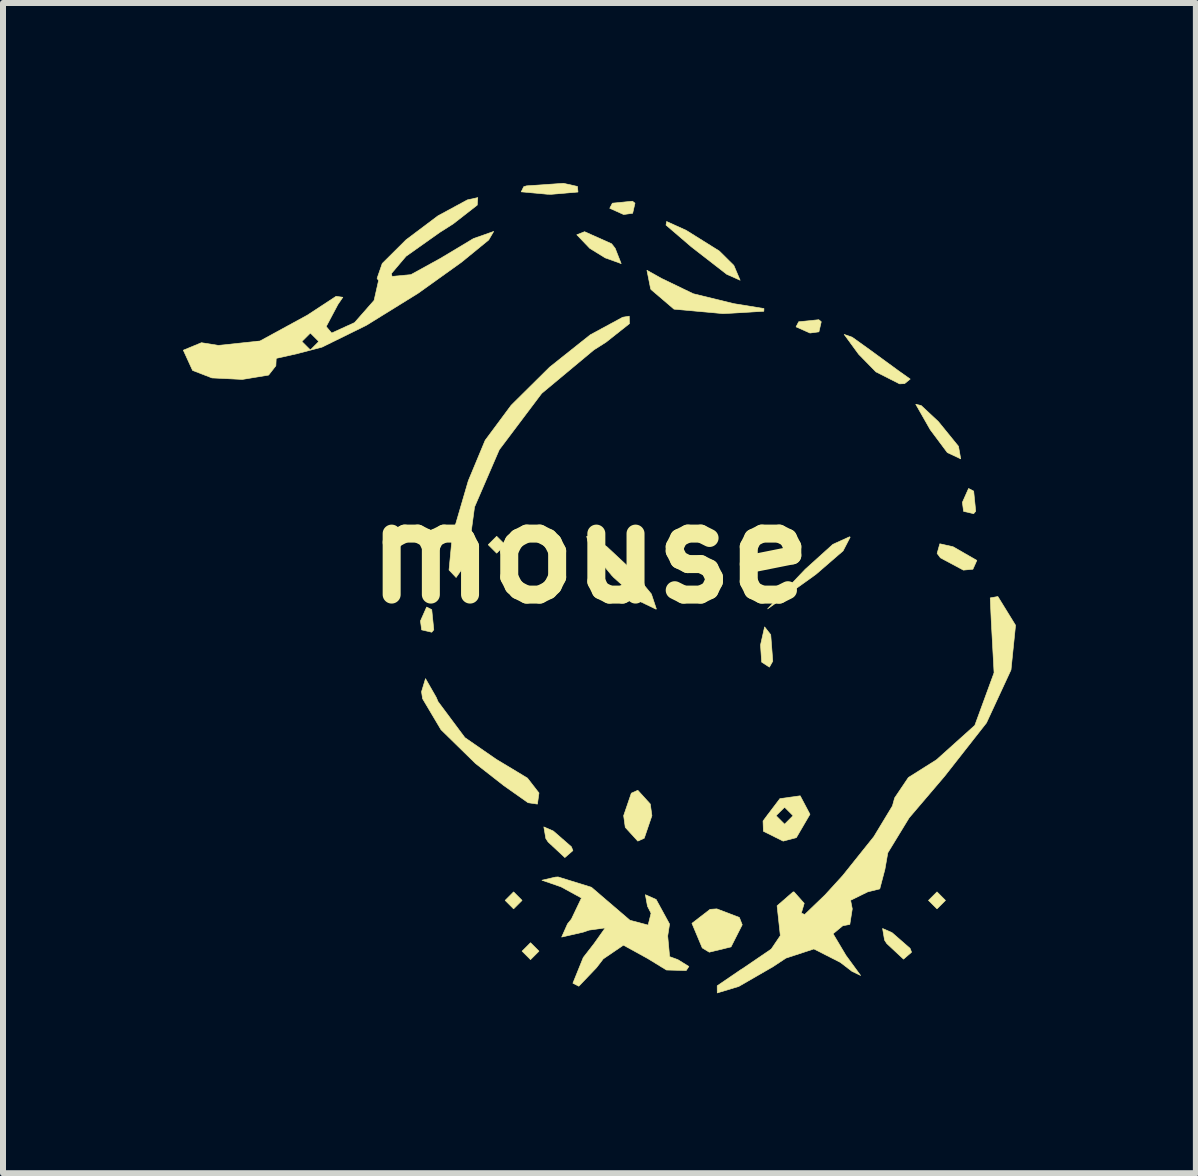
<source format=kicad_pcb>
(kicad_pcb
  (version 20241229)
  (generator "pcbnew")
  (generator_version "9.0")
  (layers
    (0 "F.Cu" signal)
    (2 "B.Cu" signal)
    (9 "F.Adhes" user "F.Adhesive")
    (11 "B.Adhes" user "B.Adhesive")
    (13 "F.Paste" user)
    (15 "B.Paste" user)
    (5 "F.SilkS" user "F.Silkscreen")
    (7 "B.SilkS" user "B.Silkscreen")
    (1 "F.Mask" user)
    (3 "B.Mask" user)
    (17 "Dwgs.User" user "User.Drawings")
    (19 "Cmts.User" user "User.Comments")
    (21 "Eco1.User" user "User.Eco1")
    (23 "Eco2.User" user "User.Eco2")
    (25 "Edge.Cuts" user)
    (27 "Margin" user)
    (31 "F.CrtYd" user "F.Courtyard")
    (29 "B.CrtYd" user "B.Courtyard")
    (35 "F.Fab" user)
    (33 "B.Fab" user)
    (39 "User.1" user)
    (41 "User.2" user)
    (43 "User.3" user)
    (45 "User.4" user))
  (footprint "mouse"
    (layer "F.Cu")
    (at 6.779 6.169)
    (property "Reference" "mouse" (at 0 0 0) (layer "F.SilkS") (effects (font (size 1.524 1.524) (thickness 0.3))))
    (attr through_hole)
    (fp_poly (pts (xy -1.411 -0.141) (xy -1.552 0) (xy -1.693 -0.141) (xy -1.552 -0.282) (xy -1.411 -0.141)) (stroke (width 0.01) (type solid)) (fill yes) (layer "F.SilkS"))
    (fp_poly (pts (xy -1.129 5.786) (xy -1.27 5.927) (xy -1.411 5.786) (xy -1.27 5.644) (xy -1.129 5.786)) (stroke (width 0.01) (type solid)) (fill yes) (layer "F.SilkS"))
    (fp_poly (pts (xy -0.847 6.632) (xy -0.988 6.773) (xy -1.129 6.632) (xy -0.988 6.491) (xy -0.847 6.632)) (stroke (width 0.01) (type solid)) (fill yes) (layer "F.SilkS"))
    (fp_poly (pts (xy 5.927 5.786) (xy 5.786 5.927) (xy 5.644 5.786) (xy 5.786 5.644) (xy 5.927 5.786)) (stroke (width 0.01) (type solid)) (fill yes) (layer "F.SilkS"))
    (fp_poly (pts (xy -2.634 0.941) (xy -2.6 1.276) (xy -2.634 1.317) (xy -2.802 1.278) (xy -2.822 1.129) (xy -2.719 0.897) (xy -2.634 0.941)) (stroke (width 0.01) (type solid)) (fill yes) (layer "F.SilkS"))
    (fp_poly (pts (xy 0.753 -5.833) (xy 0.714 -5.665) (xy 0.564 -5.644) (xy 0.332 -5.748) (xy 0.376 -5.833) (xy 0.711 -5.866) (xy 0.753 -5.833)) (stroke (width 0.01) (type solid)) (fill yes) (layer "F.SilkS"))
    (fp_poly (pts (xy 3.015 1.358) (xy 3.049 1.799) (xy 2.993 1.899) (xy 2.864 1.815) (xy 2.845 1.529) (xy 2.913 1.228) (xy 3.015 1.358)) (stroke (width 0.01) (type solid)) (fill yes) (layer "F.SilkS"))
    (fp_poly (pts (xy 3.857 -3.857) (xy 3.818 -3.689) (xy 3.669 -3.669) (xy 3.437 -3.772) (xy 3.481 -3.857) (xy 3.816 -3.891) (xy 3.857 -3.857)) (stroke (width 0.01) (type solid)) (fill yes) (layer "F.SilkS"))
    (fp_poly (pts (xy 6.397 -1.035) (xy 6.431 -0.7) (xy 6.397 -0.659) (xy 6.229 -0.697) (xy 6.209 -0.847) (xy 6.312 -1.079) (xy 6.397 -1.035)) (stroke (width 0.01) (type solid)) (fill yes) (layer "F.SilkS"))
    (fp_poly (pts (xy -0.608 4.63) (xy -0.307 4.892) (xy -0.282 4.956) (xy -0.416 5.072) (xy -0.695 4.812) (xy -0.733 4.754) (xy -0.766 4.561) (xy -0.608 4.63)) (stroke (width 0.01) (type solid)) (fill yes) (layer "F.SilkS"))
    (fp_poly (pts (xy 0.363 -5.157) (xy 0.423 -5.08) (xy 0.523 -4.826) (xy 0.256 -4.922) (xy 0 -5.08) (xy -0.217 -5.307) (xy -0.087 -5.358) (xy 0.363 -5.157)) (stroke (width 0.01) (type solid)) (fill yes) (layer "F.SilkS"))
    (fp_poly (pts (xy 5.036 6.323) (xy 5.337 6.585) (xy 5.362 6.649) (xy 5.228 6.765) (xy 4.949 6.505) (xy 4.912 6.448) (xy 4.879 6.254) (xy 5.036 6.323)) (stroke (width 0.01) (type solid)) (fill yes) (layer "F.SilkS"))
    (fp_poly (pts (xy 5.522 -2.461) (xy 5.808 -2.194) (xy 6.144 -1.781) (xy 6.181 -1.572) (xy 5.958 -1.677) (xy 5.673 -2.059) (xy 5.432 -2.482) (xy 5.522 -2.461)) (stroke (width 0.01) (type solid)) (fill yes) (layer "F.SilkS"))
    (fp_poly (pts (xy 6.053 -0.108) (xy 6.45 0.12) (xy 6.384 0.267) (xy 6.226 0.282) (xy 5.843 0.077) (xy 5.788 0.003) (xy 5.833 -0.157) (xy 6.053 -0.108)) (stroke (width 0.01) (type solid)) (fill yes) (layer "F.SilkS"))
    (fp_poly (pts (xy -0.206 -6.112) (xy -0.197 -6.019) (xy -0.639 -5.981) (xy -0.706 -5.982) (xy -1.143 -6.022) (xy -1.101 -6.108) (xy -1.053 -6.122) (xy -0.438 -6.164) (xy -0.206 -6.112)) (stroke (width 0.01) (type solid)) (fill yes) (layer "F.SilkS"))
    (fp_poly (pts (xy 1.008 4.18) (xy 1.035 4.374) (xy 0.907 4.75) (xy 0.8 4.798) (xy 0.591 4.569) (xy 0.564 4.374) (xy 0.692 3.999) (xy 0.8 3.951) (xy 1.008 4.18)) (stroke (width 0.01) (type solid)) (fill yes) (layer "F.SilkS"))
    (fp_poly (pts (xy 1.607 -5.38) (xy 2.159 -5.035) (xy 2.4 -4.796) (xy 2.505 -4.549) (xy 2.282 -4.648) (xy 1.693 -5.105) (xy 1.27 -5.468) (xy 1.28 -5.528) (xy 1.607 -5.38)) (stroke (width 0.01) (type solid)) (fill yes) (layer "F.SilkS"))
    (fp_poly (pts (xy 2.492 6.07) (xy 2.54 6.192) (xy 2.353 6.561) (xy 1.991 6.649) (xy 1.874 6.578) (xy 1.702 6.168) (xy 2.004 5.935) (xy 2.117 5.927) (xy 2.492 6.07)) (stroke (width 0.01) (type solid)) (fill yes) (layer "F.SilkS"))
    (fp_poly (pts (xy 4.339 -0.267) (xy 4.221 -0.039) (xy 3.772 0.349) (xy 3.712 0.393) (xy 2.963 0.928) (xy 3.59 0.268) (xy 4.051 -0.148) (xy 4.329 -0.274) (xy 4.339 -0.267)) (stroke (width 0.01) (type solid)) (fill yes) (layer "F.SilkS"))
    (fp_poly (pts (xy 4.372 -3.6) (xy 4.657 -3.396) (xy 5.132 -3.049) (xy 5.339 -2.902) (xy 5.246 -2.826) (xy 5.162 -2.822) (xy 4.768 -3.022) (xy 4.48 -3.316) (xy 4.239 -3.646) (xy 4.372 -3.6)) (stroke (width 0.01) (type solid)) (fill yes) (layer "F.SilkS"))
    (fp_poly (pts (xy 0.279 -0.113) (xy 0.69 0.271) (xy 1.026 0.68) (xy 1.109 0.929) (xy 1.104 0.933) (xy 0.852 0.812) (xy 0.398 0.404) (xy 0.363 0.367) (xy 0.001 -0.072) (xy -0.052 -0.28) (xy -0.034 -0.282) (xy 0.279 -0.113)) (stroke (width 0.01) (type solid)) (fill yes) (layer "F.SilkS"))
    (fp_poly (pts (xy 1.193 -4.58) (xy 1.724 -4.324) (xy 2.399 -4.159) (xy 2.902 -4.077) (xy 2.9 -4.032) (xy 2.365 -4) (xy 2.217 -3.993) (xy 1.403 -4.067) (xy 1.019 -4.395) (xy 1.012 -4.414) (xy 0.952 -4.715) (xy 1.193 -4.58)) (stroke (width 0.01) (type solid)) (fill yes) (layer "F.SilkS"))
    (fp_poly (pts (xy -2.559 2.403) (xy -2.53 2.472) (xy -2.082 3.073) (xy -1.56 3.434) (xy -1.039 3.748) (xy -0.847 3.996) (xy -0.873 4.181) (xy -1.029 4.158) (xy -1.432 3.874) (xy -1.905 3.504) (xy -2.48 2.941) (xy -2.787 2.424) (xy -2.804 2.308) (xy -2.738 2.09) (xy -2.559 2.403)) (stroke (width 0.01) (type solid)) (fill yes) (layer "F.SilkS"))
    (fp_poly (pts (xy 3.669 4.351) (xy 3.442 4.74) (xy 3.222 4.798) (xy 2.893 4.634) (xy 2.887 4.463) (xy 2.953 4.374) (xy 3.104 4.374) (xy 3.246 4.516) (xy 3.387 4.374) (xy 3.246 4.233) (xy 3.104 4.374) (xy 2.953 4.374) (xy 3.168 4.09) (xy 3.506 4.043) (xy 3.669 4.351)) (stroke (width 0.01) (type solid)) (fill yes) (layer "F.SilkS"))
    (fp_poly (pts (xy 0.661 -3.826) (xy 0.271 -3.517) (xy 0.068 -3.388) (xy -0.802 -2.663) (xy -1.509 -1.724) (xy -1.921 -0.77) (xy -1.975 -0.369) (xy -2.078 0.191) (xy -2.228 0.405) (xy -2.346 0.28) (xy -2.295 -0.253) (xy -2.272 -0.361) (xy -2.025 -1.206) (xy -1.744 -1.881) (xy -1.31 -2.466) (xy -0.669 -3.101) (xy 0.007 -3.639) (xy 0.548 -3.932) (xy 0.657 -3.95) (xy 0.661 -3.826)) (stroke (width 0.01) (type solid)) (fill yes) (layer "F.SilkS"))
    (fp_poly (pts (xy 0.027 5.567) (xy 0.282 5.786) (xy 0.669 6.117) (xy 0.972 6.197) (xy 1.021 6) (xy 0.961 5.883) (xy 0.926 5.691) (xy 1.105 5.77) (xy 1.329 6.18) (xy 1.298 6.379) (xy 1.33 6.723) (xy 1.467 6.773) (xy 1.651 6.887) (xy 1.606 6.955) (xy 1.277 6.946) (xy 0.964 6.754) (xy 0.56 6.532) (xy 0.224 6.761) (xy 0.111 6.908) (xy -0.183 7.216) (xy -0.282 7.166) (xy -0.109 6.738) (xy 0.071 6.506) (xy 0.257 6.244) (xy -0.011 6.281) (xy -0.11 6.315) (xy -0.469 6.397) (xy -0.371 6.177) (xy -0.307 6.098) (xy -0.139 5.746) (xy -0.479 5.56) (xy -0.797 5.45) (xy -0.574 5.398) (xy -0.528 5.395) (xy 0.027 5.567)) (stroke (width 0.01) (type solid)) (fill yes) (layer "F.SilkS"))
    (fp_poly (pts (xy 7.095 1.201) (xy 7.019 1.945) (xy 6.61 2.828) (xy 5.914 3.715) (xy 5.321 4.411) (xy 4.966 4.993) (xy 4.918 5.268) (xy 4.832 5.594) (xy 4.631 5.644) (xy 4.346 5.784) (xy 4.374 5.927) (xy 4.333 6.186) (xy 4.215 6.209) (xy 4.054 6.342) (xy 4.269 6.703) (xy 4.513 7.037) (xy 4.37 6.969) (xy 4.175 6.819) (xy 3.734 6.595) (xy 3.268 6.748) (xy 3.054 6.89) (xy 2.482 7.22) (xy 2.124 7.328) (xy 2.123 7.209) (xy 2.522 6.937) (xy 2.54 6.927) (xy 3.024 6.597) (xy 3.175 6.373) (xy 3.121 5.876) (xy 3.387 5.645) (xy 3.403 5.644) (xy 3.573 5.835) (xy 3.525 5.997) (xy 3.581 6.021) (xy 3.921 5.694) (xy 4.214 5.373) (xy 4.734 4.723) (xy 5.043 4.212) (xy 5.08 4.078) (xy 5.309 3.738) (xy 5.778 3.442) (xy 6.416 2.869) (xy 6.737 1.992) (xy 6.69 1.124) (xy 6.673 0.745) (xy 6.8 0.722) (xy 7.095 1.201)) (stroke (width 0.01) (type solid)) (fill yes) (layer "F.SilkS"))
    (fp_poly (pts (xy -1.876 -5.801) (xy -2.276 -5.489) (xy -2.501 -5.346) (xy -3.063 -4.948) (xy -3.306 -4.661) (xy -3.296 -4.613) (xy -2.982 -4.642) (xy -2.495 -4.91) (xy -1.938 -5.244) (xy -1.602 -5.362) (xy -1.685 -5.22) (xy -2.14 -4.848) (xy -2.864 -4.33) (xy -3.725 -3.797) (xy -4.463 -3.434) (xy -4.874 -3.326) (xy -5.226 -3.247) (xy -5.232 -3.123) (xy -5.353 -2.968) (xy -5.79 -2.896) (xy -6.297 -2.921) (xy -6.62 -3.046) (xy -6.774 -3.383) (xy -6.472 -3.508) (xy -6.189 -3.463) (xy -5.574 -3.528) (xy -4.798 -3.528) (xy -4.657 -3.387) (xy -4.516 -3.528) (xy -4.657 -3.669) (xy -4.798 -3.528) (xy -5.574 -3.528) (xy -5.497 -3.536) (xy -4.707 -3.967) (xy -4.228 -4.281) (xy -4.116 -4.265) (xy -4.197 -4.146) (xy -4.393 -3.777) (xy -4.302 -3.669) (xy -3.92 -3.843) (xy -3.595 -4.213) (xy -3.52 -4.545) (xy -3.545 -4.58) (xy -3.459 -4.828) (xy -3.063 -5.222) (xy -2.531 -5.622) (xy -2.04 -5.888) (xy -1.867 -5.926) (xy -1.876 -5.801)) (stroke (width 0.01) (type solid)) (fill yes) (layer "F.SilkS")))
  (gr_rect
    (start -3 -3)
    (end 16.879 16.501)
    (stroke (width 0.1) (type default))
    (fill no)
    (layer "Edge.Cuts")))
</source>
